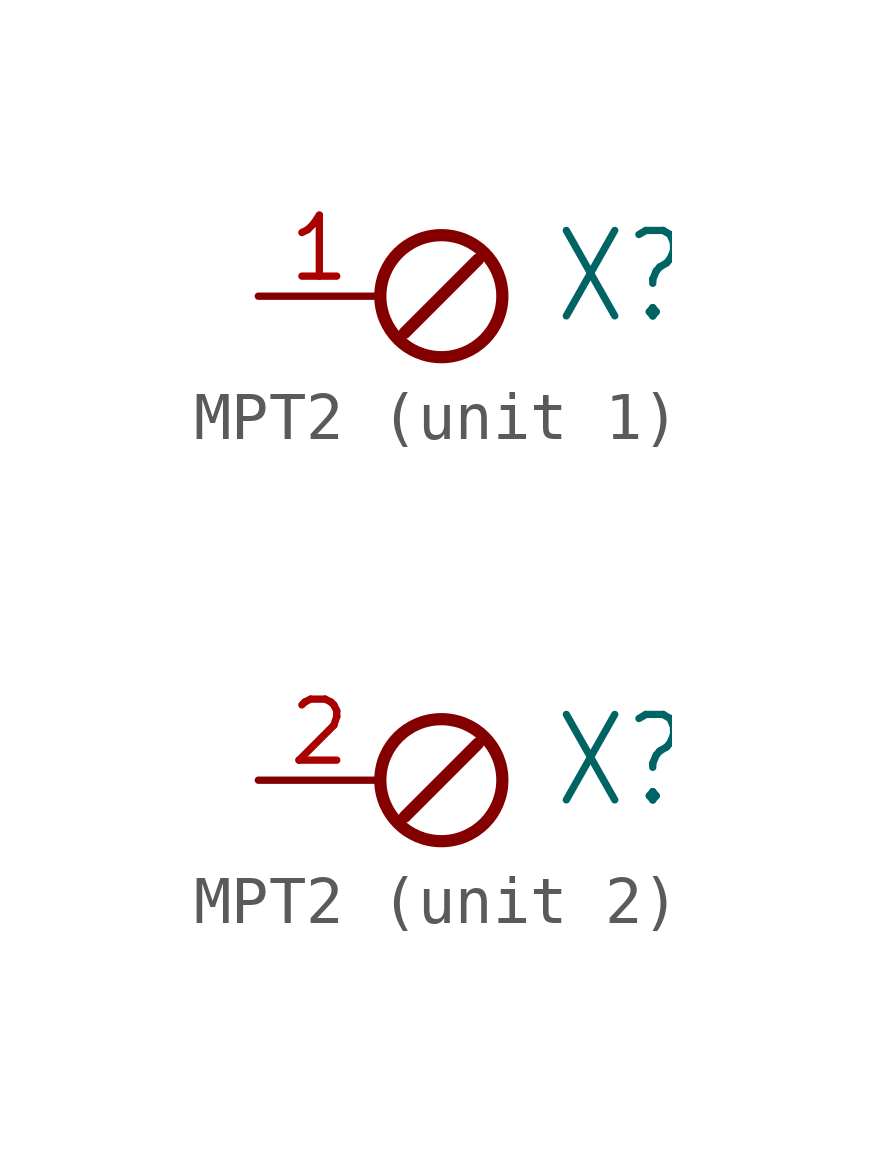
<source format=kicad_sym>
(kicad_symbol_lib
  (version 20220914)
  (generator kicad_symbol_editor)
  (symbol "MPT2"
    (property "Reference" "X"
      (at 3.556 -0.635 0)
      (effects (font (size 1.778 1.511)) (justify left bottom)))
    (property "ki_locked" ""
      (at 0 0 0)
      (effects (font (size 1.27 1.27))))
    (symbol "MPT2_1_0"
      (polyline (pts (xy 2.032 0.762) (xy 0.508 -0.762)) (stroke (width 0.254) (type solid)) (fill (type none)))
      (circle (center 1.27 0) (radius 1.27) (stroke (width 0.254) (type solid)) (fill (type none)))
      (pin passive line (at -2.54 0 0) (length 2.54) (name "1" (effects (font (size 0 0)))) (number "1" (effects (font (size 1.27 1.27))))))
    (symbol "MPT2_2_0"
      (polyline (pts (xy 2.032 0.762) (xy 0.508 -0.762)) (stroke (width 0.254) (type solid)) (fill (type none)))
      (circle (center 1.27 0) (radius 1.27) (stroke (width 0.254) (type solid)) (fill (type none)))
      (pin passive line (at -2.54 0 0) (length 2.54) (name "1" (effects (font (size 0 0)))) (number "2" (effects (font (size 1.27 1.27))))))))
</source>
